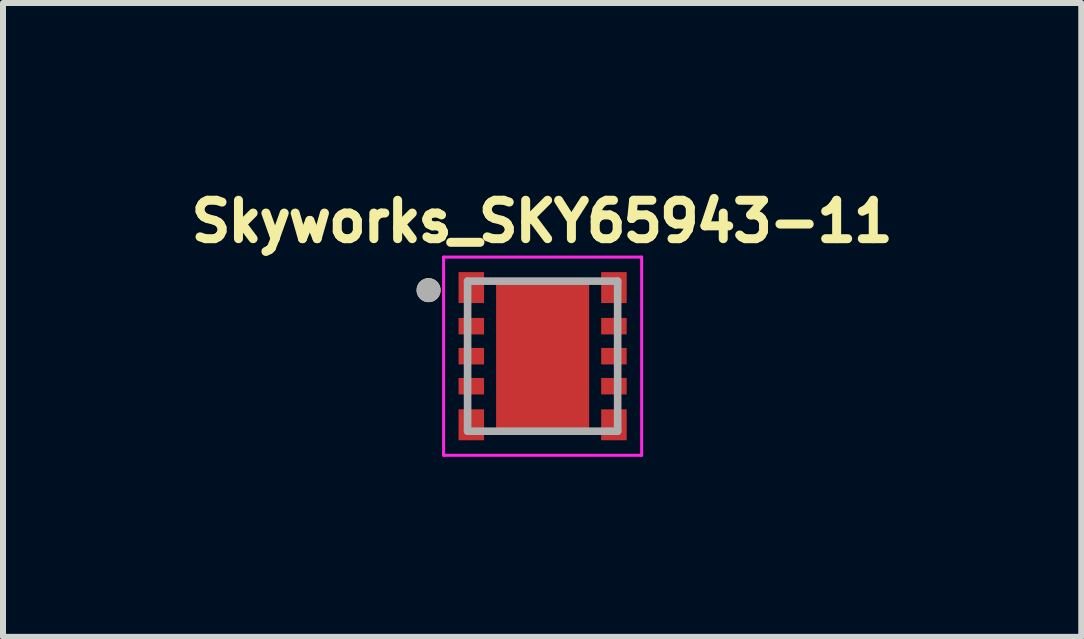
<source format=kicad_pcb>
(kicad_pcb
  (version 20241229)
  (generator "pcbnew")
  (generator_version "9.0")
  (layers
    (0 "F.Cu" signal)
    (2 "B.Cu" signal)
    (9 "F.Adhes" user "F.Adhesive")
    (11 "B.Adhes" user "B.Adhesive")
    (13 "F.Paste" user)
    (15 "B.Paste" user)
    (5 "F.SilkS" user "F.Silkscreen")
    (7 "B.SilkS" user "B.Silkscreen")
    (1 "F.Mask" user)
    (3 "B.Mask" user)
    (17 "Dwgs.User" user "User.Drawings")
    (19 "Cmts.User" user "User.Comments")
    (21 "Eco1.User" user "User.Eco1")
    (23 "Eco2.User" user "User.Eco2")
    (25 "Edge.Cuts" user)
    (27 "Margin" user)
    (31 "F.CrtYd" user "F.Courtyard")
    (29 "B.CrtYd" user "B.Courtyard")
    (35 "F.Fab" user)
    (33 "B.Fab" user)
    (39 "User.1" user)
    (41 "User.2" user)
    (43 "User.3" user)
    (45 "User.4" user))
  (footprint "Skyworks_SKY65943-11"
    (layer "F.Cu")
    (at 5.99 2.884)
    (property "Reference" "Skyworks_SKY65943-11" (at -0.008 -2.246 0) (layer "F.SilkS") (effects (font (size 0.64 0.64) (thickness 0.15))))
    (attr smd)
    (fp_poly (pts (xy -1.45 -1.451) (xy -0.925 -1.451) (xy -0.925 -0.836) (xy -1.45 -0.836)) (stroke (width 0.01) (type solid)) (fill yes) (layer "F.Mask"))
    (fp_poly (pts (xy -1.45 -0.688) (xy -0.925 -0.688) (xy -0.925 -0.312) (xy -1.45 -0.312)) (stroke (width 0.01) (type solid)) (fill yes) (layer "F.Mask"))
    (fp_poly (pts (xy -1.45 -0.188) (xy -0.925 -0.188) (xy -0.925 0.188) (xy -1.45 0.188)) (stroke (width 0.01) (type solid)) (fill yes) (layer "F.Mask"))
    (fp_poly (pts (xy -1.45 0.312) (xy -0.925 0.312) (xy -0.925 0.688) (xy -1.45 0.688)) (stroke (width 0.01) (type solid)) (fill yes) (layer "F.Mask"))
    (fp_poly (pts (xy -1.45 0.836) (xy -0.925 0.836) (xy -0.925 1.451) (xy -1.45 1.451)) (stroke (width 0.01) (type solid)) (fill yes) (layer "F.Mask"))
    (fp_poly (pts (xy -0.775 -1.25) (xy 0.775 -1.25) (xy 0.775 1.25) (xy -0.775 1.25)) (stroke (width 0.01) (type solid)) (fill yes) (layer "F.Mask"))
    (fp_poly (pts (xy 0.925 -1.451) (xy 1.45 -1.451) (xy 1.45 -0.836) (xy 0.925 -0.836)) (stroke (width 0.01) (type solid)) (fill yes) (layer "F.Mask"))
    (fp_poly (pts (xy 0.925 -0.688) (xy 1.45 -0.688) (xy 1.45 -0.312) (xy 0.925 -0.312)) (stroke (width 0.01) (type solid)) (fill yes) (layer "F.Mask"))
    (fp_poly (pts (xy 0.925 -0.188) (xy 1.45 -0.188) (xy 1.45 0.188) (xy 0.925 0.188)) (stroke (width 0.01) (type solid)) (fill yes) (layer "F.Mask"))
    (fp_poly (pts (xy 0.925 0.312) (xy 1.45 0.312) (xy 1.45 0.688) (xy 0.925 0.688)) (stroke (width 0.01) (type solid)) (fill yes) (layer "F.Mask"))
    (fp_poly (pts (xy 0.925 0.836) (xy 1.45 0.836) (xy 1.45 1.451) (xy 0.925 1.451)) (stroke (width 0.01) (type solid)) (fill yes) (layer "F.Mask"))
    (fp_circle (center -1.9 -1.1) (end -1.8 -1.1) (stroke (width 0.2) (type solid)) (fill no) (layer "F.SilkS"))
    (fp_line (start -1.65 -1.651) (end 1.65 -1.651) (stroke (width 0.05) (type solid)) (layer "F.CrtYd"))
    (fp_line (start -1.65 1.651) (end -1.65 -1.651) (stroke (width 0.05) (type solid)) (layer "F.CrtYd"))
    (fp_line (start 1.65 -1.651) (end 1.65 1.651) (stroke (width 0.05) (type solid)) (layer "F.CrtYd"))
    (fp_line (start 1.65 1.651) (end -1.65 1.651) (stroke (width 0.05) (type solid)) (layer "F.CrtYd"))
    (fp_line (start -1.25 -1.25) (end 1.25 -1.25) (stroke (width 0.127) (type solid)) (layer "F.Fab"))
    (fp_line (start -1.25 1.25) (end -1.25 -1.25) (stroke (width 0.127) (type solid)) (layer "F.Fab"))
    (fp_line (start 1.25 -1.25) (end 1.25 1.25) (stroke (width 0.127) (type solid)) (layer "F.Fab"))
    (fp_line (start 1.25 1.25) (end -1.25 1.25) (stroke (width 0.127) (type solid)) (layer "F.Fab"))
    (fp_circle (center -1.9 -1.1) (end -1.8 -1.1) (stroke (width 0.2) (type solid)) (fill no) (layer "F.Fab"))
    (pad "" smd roundrect (at 0 -0.85) (size 1.4 0.5) (layers "F.Paste") (roundrect_rratio 0.248))
    (pad "" smd roundrect (at 0 0) (size 1.4 0.5) (layers "F.Paste") (roundrect_rratio 0.248))
    (pad "" smd roundrect (at 0 0.85) (size 1.4 0.5) (layers "F.Paste") (roundrect_rratio 0.248))
    (pad "1" smd rect (at -1.188 -1.143) (size 0.425 0.515) (layers "F.Cu" "F.Paste"))
    (pad "2" smd rect (at -1.188 -0.5) (size 0.425 0.275) (layers "F.Cu" "F.Paste"))
    (pad "3" smd rect (at -1.188 0) (size 0.425 0.275) (layers "F.Cu" "F.Paste"))
    (pad "4" smd rect (at -1.188 0.5) (size 0.425 0.275) (layers "F.Cu" "F.Paste"))
    (pad "5" smd rect (at -1.188 1.143) (size 0.425 0.515) (layers "F.Cu" "F.Paste"))
    (pad "6" smd rect (at 1.188 1.143) (size 0.425 0.515) (layers "F.Cu" "F.Paste"))
    (pad "7" smd rect (at 1.188 0.5) (size 0.425 0.275) (layers "F.Cu" "F.Paste"))
    (pad "8" smd rect (at 1.188 0) (size 0.425 0.275) (layers "F.Cu" "F.Paste"))
    (pad "9" smd rect (at 1.188 -0.5) (size 0.425 0.275) (layers "F.Cu" "F.Paste"))
    (pad "10" smd rect (at 1.188 -1.143) (size 0.425 0.515) (layers "F.Cu" "F.Paste"))
    (pad "11" smd rect (at 0 0) (size 1.55 2.5) (layers "F.Cu")))
  (gr_rect
    (start -3 -3)
    (end 14.964 7.56)
    (stroke (width 0.1) (type default))
    (fill no)
    (layer "Edge.Cuts")))
</source>
